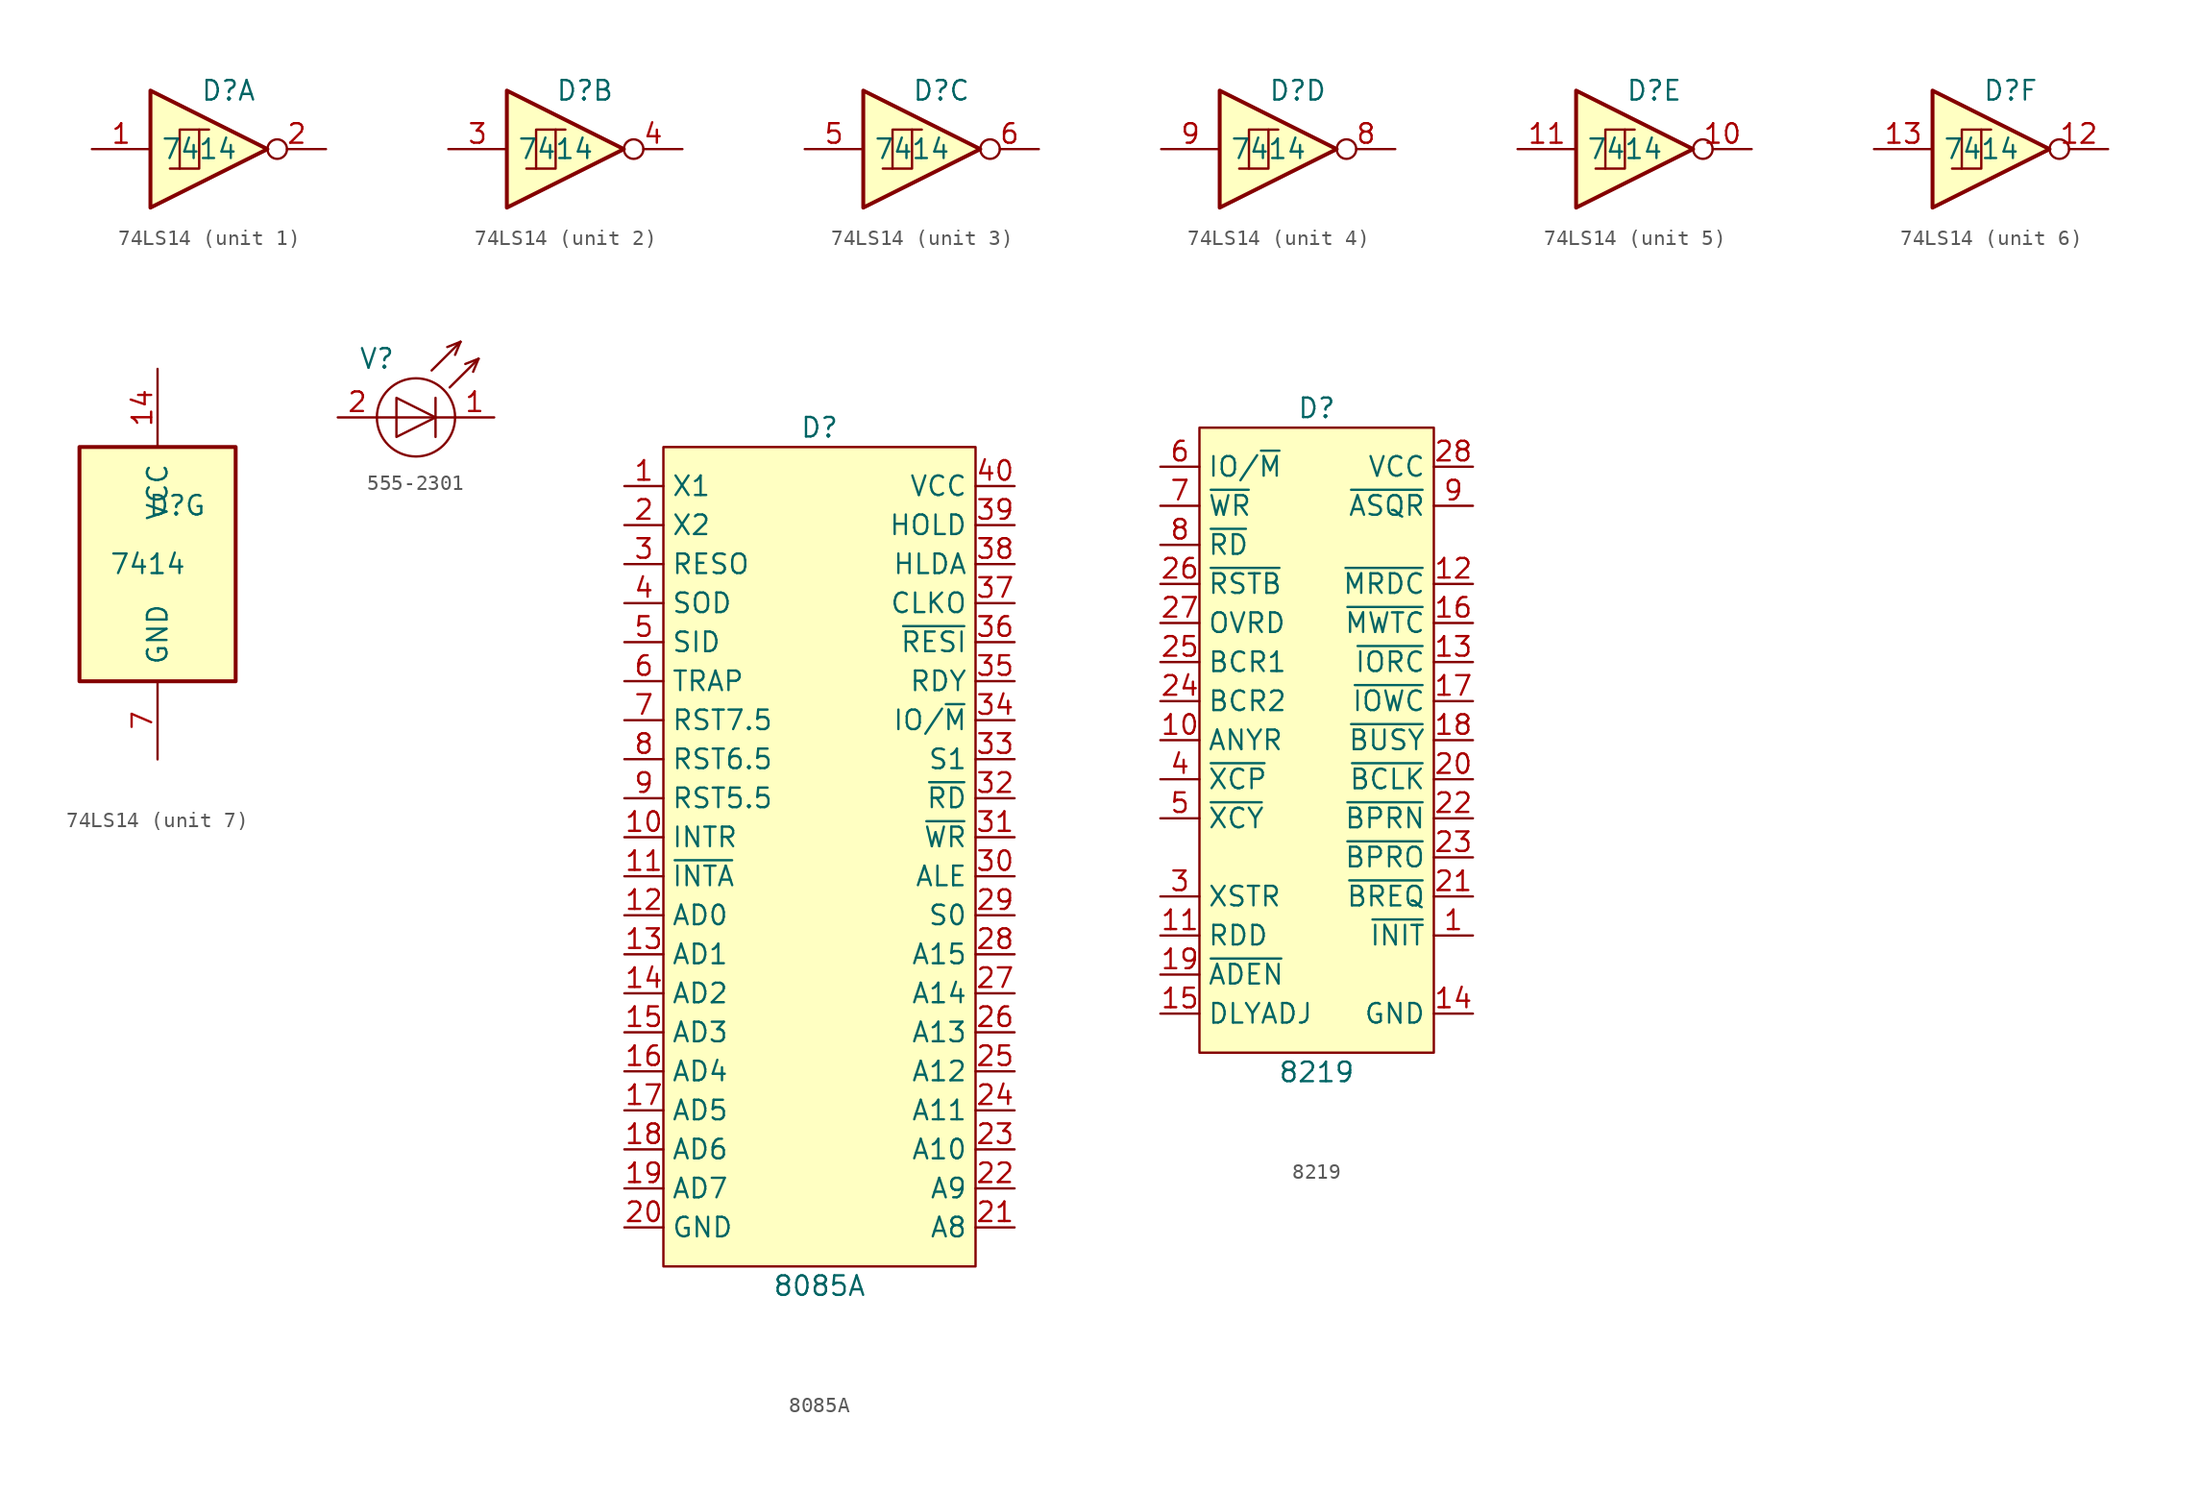
<source format=kicad_sym>
(kicad_symbol_lib
  (version 20241209)
  (generator "kicad_symbol_editor")
  (generator_version "9.0")
  (symbol "74LS14"
    (pin_names
      (offset 1.016))
    (property "Reference" "D"
      (at 1.27 3.81 0)
      (do_not_autoplace)
      (effects (font (size 1.27 1.27))))
    (property "Value" "7414"
      (at -0.635 0 0)
      (do_not_autoplace)
      (effects (font (size 1.27 1.27))))
    (property "ki_locked" ""
      (at 0 0 0)
      (effects (font (size 1.27 1.27))))
    (symbol "74LS14_1_0"
      (polyline (pts (xy -3.81 3.81) (xy -3.81 -3.81) (xy 3.81 0) (xy -3.81 3.81)) (stroke (width 0.254) (type default)) (fill (type background)))
      (pin input line (at -7.62 0 0) (length 3.81) (name "~" (effects (font (size 1.27 1.27)))) (number "1" (effects (font (size 1.27 1.27)))))
      (pin output inverted (at 7.62 0 180) (length 3.81) (name "~" (effects (font (size 1.27 1.27)))) (number "2" (effects (font (size 1.27 1.27))))))
    (symbol "74LS14_1_1"
      (polyline (pts (xy -2.54 -1.27) (xy -0.635 -1.27) (xy -0.635 1.27) (xy 0 1.27)) (stroke (width 0) (type default)) (fill (type none)))
      (polyline (pts (xy -1.905 -1.27) (xy -1.905 1.27) (xy -0.635 1.27)) (stroke (width 0) (type default)) (fill (type none))))
    (symbol "74LS14_2_0"
      (polyline (pts (xy -3.81 3.81) (xy -3.81 -3.81) (xy 3.81 0) (xy -3.81 3.81)) (stroke (width 0.254) (type default)) (fill (type background)))
      (pin input line (at -7.62 0 0) (length 3.81) (name "~" (effects (font (size 1.27 1.27)))) (number "3" (effects (font (size 1.27 1.27)))))
      (pin output inverted (at 7.62 0 180) (length 3.81) (name "~" (effects (font (size 1.27 1.27)))) (number "4" (effects (font (size 1.27 1.27))))))
    (symbol "74LS14_2_1"
      (polyline (pts (xy -2.54 -1.27) (xy -0.635 -1.27) (xy -0.635 1.27) (xy 0 1.27)) (stroke (width 0) (type default)) (fill (type none)))
      (polyline (pts (xy -1.905 -1.27) (xy -1.905 1.27) (xy -0.635 1.27)) (stroke (width 0) (type default)) (fill (type none))))
    (symbol "74LS14_3_0"
      (polyline (pts (xy -3.81 3.81) (xy -3.81 -3.81) (xy 3.81 0) (xy -3.81 3.81)) (stroke (width 0.254) (type default)) (fill (type background)))
      (pin input line (at -7.62 0 0) (length 3.81) (name "~" (effects (font (size 1.27 1.27)))) (number "5" (effects (font (size 1.27 1.27)))))
      (pin output inverted (at 7.62 0 180) (length 3.81) (name "~" (effects (font (size 1.27 1.27)))) (number "6" (effects (font (size 1.27 1.27))))))
    (symbol "74LS14_3_1"
      (polyline (pts (xy -2.54 -1.27) (xy -0.635 -1.27) (xy -0.635 1.27) (xy 0 1.27)) (stroke (width 0) (type default)) (fill (type none)))
      (polyline (pts (xy -1.905 -1.27) (xy -1.905 1.27) (xy -0.635 1.27)) (stroke (width 0) (type default)) (fill (type none))))
    (symbol "74LS14_4_0"
      (polyline (pts (xy -3.81 3.81) (xy -3.81 -3.81) (xy 3.81 0) (xy -3.81 3.81)) (stroke (width 0.254) (type default)) (fill (type background)))
      (pin input line (at -7.62 0 0) (length 3.81) (name "~" (effects (font (size 1.27 1.27)))) (number "9" (effects (font (size 1.27 1.27)))))
      (pin output inverted (at 7.62 0 180) (length 3.81) (name "~" (effects (font (size 1.27 1.27)))) (number "8" (effects (font (size 1.27 1.27))))))
    (symbol "74LS14_4_1"
      (polyline (pts (xy -2.54 -1.27) (xy -0.635 -1.27) (xy -0.635 1.27) (xy 0 1.27)) (stroke (width 0) (type default)) (fill (type none)))
      (polyline (pts (xy -1.905 -1.27) (xy -1.905 1.27) (xy -0.635 1.27)) (stroke (width 0) (type default)) (fill (type none))))
    (symbol "74LS14_5_0"
      (polyline (pts (xy -3.81 3.81) (xy -3.81 -3.81) (xy 3.81 0) (xy -3.81 3.81)) (stroke (width 0.254) (type default)) (fill (type background)))
      (pin input line (at -7.62 0 0) (length 3.81) (name "~" (effects (font (size 1.27 1.27)))) (number "11" (effects (font (size 1.27 1.27)))))
      (pin output inverted (at 7.62 0 180) (length 3.81) (name "~" (effects (font (size 1.27 1.27)))) (number "10" (effects (font (size 1.27 1.27))))))
    (symbol "74LS14_5_1"
      (polyline (pts (xy -2.54 -1.27) (xy -0.635 -1.27) (xy -0.635 1.27) (xy 0 1.27)) (stroke (width 0) (type default)) (fill (type none)))
      (polyline (pts (xy -1.905 -1.27) (xy -1.905 1.27) (xy -0.635 1.27)) (stroke (width 0) (type default)) (fill (type none))))
    (symbol "74LS14_6_0"
      (polyline (pts (xy -3.81 3.81) (xy -3.81 -3.81) (xy 3.81 0) (xy -3.81 3.81)) (stroke (width 0.254) (type default)) (fill (type background)))
      (pin input line (at -7.62 0 0) (length 3.81) (name "~" (effects (font (size 1.27 1.27)))) (number "13" (effects (font (size 1.27 1.27)))))
      (pin output inverted (at 7.62 0 180) (length 3.81) (name "~" (effects (font (size 1.27 1.27)))) (number "12" (effects (font (size 1.27 1.27))))))
    (symbol "74LS14_6_1"
      (polyline (pts (xy -2.54 -1.27) (xy -0.635 -1.27) (xy -0.635 1.27) (xy 0 1.27)) (stroke (width 0) (type default)) (fill (type none)))
      (polyline (pts (xy -1.905 -1.27) (xy -1.905 1.27) (xy -0.635 1.27)) (stroke (width 0) (type default)) (fill (type none))))
    (symbol "74LS14_7_0"
      (pin power_in line (at 0 12.7 270) (length 5.08) (name "VCC" (effects (font (size 1.27 1.27)))) (number "14" (effects (font (size 1.27 1.27)))))
      (pin power_in line (at 0 -12.7 90) (length 5.08) (name "GND" (effects (font (size 1.27 1.27)))) (number "7" (effects (font (size 1.27 1.27))))))
    (symbol "74LS14_7_1"
      (rectangle (start -5.08 7.62) (end 5.08 -7.62) (stroke (width 0.254) (type default)) (fill (type background)))))
  (symbol "555-2301"
    (property "Reference" "V"
      (at -2.54 -1.27 0)
      (do_not_autoplace)
      (effects (font (size 1.27 1.27))))
    (property "Value" ""
      (at 0 0 0)
      (effects (font (size 1.27 1.27))))
    (symbol "555-2301_0_1"
      (polyline (pts (xy -2.54 -5.08) (xy 2.54 -5.08)) (stroke (width 0) (type default)) (fill (type none)))
      (polyline (pts (xy -1.27 -3.81) (xy -1.27 -6.35) (xy 1.27 -5.08) (xy -1.27 -3.81)) (stroke (width 0) (type default)) (fill (type none)))
      (circle (center 0 -5.08) (radius 2.54) (stroke (width 0) (type default)) (fill (type none)))
      (polyline (pts (xy 1.27 -3.81) (xy 1.27 -6.35)) (stroke (width 0) (type default)) (fill (type none)))
      (polyline (pts (xy 2.892 -0.169) (xy 1.016 -2.032)) (stroke (width 0) (type default)) (fill (type none)))
      (polyline (pts (xy 2.892 -0.169) (xy 2.032 -0.508)) (stroke (width 0) (type default)) (fill (type none)))
      (polyline (pts (xy 2.892 -0.169) (xy 2.54 -1.016)) (stroke (width 0) (type default)) (fill (type none)))
      (polyline (pts (xy 4.064 -1.27) (xy 2.188 -3.134)) (stroke (width 0) (type default)) (fill (type none)))
      (polyline (pts (xy 4.064 -1.27) (xy 3.204 -1.609)) (stroke (width 0) (type default)) (fill (type none)))
      (polyline (pts (xy 4.064 -1.27) (xy 3.712 -2.118)) (stroke (width 0) (type default)) (fill (type none))))
    (symbol "555-2301_1_0"
      (pin passive line (at -5.08 -5.08 0) (length 2.54) (name "" (effects (font (size 1.27 1.27)))) (number "2" (effects (font (size 1.27 1.27)))))
      (pin passive line (at 5.08 -5.08 180) (length 2.54) (name "" (effects (font (size 1.27 1.27)))) (number "1" (effects (font (size 1.27 1.27)))))))
  (symbol "8085A"
    (property "Reference" "D"
      (at 0 1.27 0)
      (do_not_autoplace)
      (effects (font (size 1.27 1.27))))
    (property "Value" "8085A"
      (at 0 -54.61 0)
      (do_not_autoplace)
      (effects (font (size 1.27 1.27))))
    (symbol "8085A_0_0"
      (pin passive line (at -12.7 -2.54 0) (length 2.54) (name "X1" (effects (font (size 1.27 1.27)))) (number "1" (effects (font (size 1.27 1.27)))))
      (pin passive line (at -12.7 -5.08 0) (length 2.54) (name "X2" (effects (font (size 1.27 1.27)))) (number "2" (effects (font (size 1.27 1.27)))))
      (pin output line (at -12.7 -7.62 0) (length 2.54) (name "RESO" (effects (font (size 1.27 1.27)))) (number "3" (effects (font (size 1.27 1.27)))))
      (pin output line (at -12.7 -10.16 0) (length 2.54) (name "SOD" (effects (font (size 1.27 1.27)))) (number "4" (effects (font (size 1.27 1.27)))))
      (pin input line (at -12.7 -12.7 0) (length 2.54) (name "SID" (effects (font (size 1.27 1.27)))) (number "5" (effects (font (size 1.27 1.27)))))
      (pin input line (at -12.7 -15.24 0) (length 2.54) (name "TRAP" (effects (font (size 1.27 1.27)))) (number "6" (effects (font (size 1.27 1.27)))))
      (pin input line (at -12.7 -17.78 0) (length 2.54) (name "RST7.5" (effects (font (size 1.27 1.27)))) (number "7" (effects (font (size 1.27 1.27)))))
      (pin input line (at -12.7 -20.32 0) (length 2.54) (name "RST6.5" (effects (font (size 1.27 1.27)))) (number "8" (effects (font (size 1.27 1.27)))))
      (pin input line (at -12.7 -22.86 0) (length 2.54) (name "RST5.5" (effects (font (size 1.27 1.27)))) (number "9" (effects (font (size 1.27 1.27)))))
      (pin input line (at -12.7 -25.4 0) (length 2.54) (name "INTR" (effects (font (size 1.27 1.27)))) (number "10" (effects (font (size 1.27 1.27)))))
      (pin input line (at -12.7 -27.94 0) (length 2.54) (name "~{INTA}" (effects (font (size 1.27 1.27)))) (number "11" (effects (font (size 1.27 1.27)))))
      (pin bidirectional line (at -12.7 -30.48 0) (length 2.54) (name "AD0" (effects (font (size 1.27 1.27)))) (number "12" (effects (font (size 1.27 1.27)))))
      (pin bidirectional line (at -12.7 -33.02 0) (length 2.54) (name "AD1" (effects (font (size 1.27 1.27)))) (number "13" (effects (font (size 1.27 1.27)))))
      (pin bidirectional line (at -12.7 -35.56 0) (length 2.54) (name "AD2" (effects (font (size 1.27 1.27)))) (number "14" (effects (font (size 1.27 1.27)))))
      (pin bidirectional line (at -12.7 -38.1 0) (length 2.54) (name "AD3" (effects (font (size 1.27 1.27)))) (number "15" (effects (font (size 1.27 1.27)))))
      (pin bidirectional line (at -12.7 -40.64 0) (length 2.54) (name "AD4" (effects (font (size 1.27 1.27)))) (number "16" (effects (font (size 1.27 1.27)))))
      (pin bidirectional line (at -12.7 -43.18 0) (length 2.54) (name "AD5" (effects (font (size 1.27 1.27)))) (number "17" (effects (font (size 1.27 1.27)))))
      (pin bidirectional line (at -12.7 -45.72 0) (length 2.54) (name "AD6" (effects (font (size 1.27 1.27)))) (number "18" (effects (font (size 1.27 1.27)))))
      (pin bidirectional line (at -12.7 -48.26 0) (length 2.54) (name "AD7" (effects (font (size 1.27 1.27)))) (number "19" (effects (font (size 1.27 1.27)))))
      (pin power_in line (at -12.7 -50.8 0) (length 2.54) (name "GND" (effects (font (size 1.27 1.27)))) (number "20" (effects (font (size 1.27 1.27)))))
      (pin power_in line (at 12.7 -2.54 180) (length 2.54) (name "VCC" (effects (font (size 1.27 1.27)))) (number "40" (effects (font (size 1.27 1.27)))))
      (pin input line (at 12.7 -5.08 180) (length 2.54) (name "HOLD" (effects (font (size 1.27 1.27)))) (number "39" (effects (font (size 1.27 1.27)))))
      (pin output line (at 12.7 -7.62 180) (length 2.54) (name "HLDA" (effects (font (size 1.27 1.27)))) (number "38" (effects (font (size 1.27 1.27)))))
      (pin output line (at 12.7 -10.16 180) (length 2.54) (name "CLKO" (effects (font (size 1.27 1.27)))) (number "37" (effects (font (size 1.27 1.27)))))
      (pin input line (at 12.7 -12.7 180) (length 2.54) (name "~{RESI}" (effects (font (size 1.27 1.27)))) (number "36" (effects (font (size 1.27 1.27)))))
      (pin input line (at 12.7 -15.24 180) (length 2.54) (name "RDY" (effects (font (size 1.27 1.27)))) (number "35" (effects (font (size 1.27 1.27)))))
      (pin output line (at 12.7 -17.78 180) (length 2.54) (name "IO/~{M}" (effects (font (size 1.27 1.27)))) (number "34" (effects (font (size 1.27 1.27)))))
      (pin output line (at 12.7 -20.32 180) (length 2.54) (name "S1" (effects (font (size 1.27 1.27)))) (number "33" (effects (font (size 1.27 1.27)))))
      (pin output line (at 12.7 -22.86 180) (length 2.54) (name "~{RD}" (effects (font (size 1.27 1.27)))) (number "32" (effects (font (size 1.27 1.27)))))
      (pin output line (at 12.7 -25.4 180) (length 2.54) (name "~{WR}" (effects (font (size 1.27 1.27)))) (number "31" (effects (font (size 1.27 1.27)))))
      (pin output line (at 12.7 -27.94 180) (length 2.54) (name "ALE" (effects (font (size 1.27 1.27)))) (number "30" (effects (font (size 1.27 1.27)))))
      (pin output line (at 12.7 -30.48 180) (length 2.54) (name "S0" (effects (font (size 1.27 1.27)))) (number "29" (effects (font (size 1.27 1.27)))))
      (pin output line (at 12.7 -33.02 180) (length 2.54) (name "A15" (effects (font (size 1.27 1.27)))) (number "28" (effects (font (size 1.27 1.27)))))
      (pin output line (at 12.7 -35.56 180) (length 2.54) (name "A14" (effects (font (size 1.27 1.27)))) (number "27" (effects (font (size 1.27 1.27)))))
      (pin output line (at 12.7 -38.1 180) (length 2.54) (name "A13" (effects (font (size 1.27 1.27)))) (number "26" (effects (font (size 1.27 1.27)))))
      (pin output line (at 12.7 -40.64 180) (length 2.54) (name "A12" (effects (font (size 1.27 1.27)))) (number "25" (effects (font (size 1.27 1.27)))))
      (pin output line (at 12.7 -43.18 180) (length 2.54) (name "A11" (effects (font (size 1.27 1.27)))) (number "24" (effects (font (size 1.27 1.27)))))
      (pin output line (at 12.7 -45.72 180) (length 2.54) (name "A10" (effects (font (size 1.27 1.27)))) (number "23" (effects (font (size 1.27 1.27)))))
      (pin output line (at 12.7 -48.26 180) (length 2.54) (name "A9" (effects (font (size 1.27 1.27)))) (number "22" (effects (font (size 1.27 1.27)))))
      (pin output line (at 12.7 -50.8 180) (length 2.54) (name "A8" (effects (font (size 1.27 1.27)))) (number "21" (effects (font (size 1.27 1.27))))))
    (symbol "8085A_0_1"
      (rectangle (start -10.16 0) (end 10.16 -53.34) (stroke (width 0) (type default)) (fill (type background)))))
  (symbol "8219"
    (property "Reference" "D"
      (at 0 1.27 0)
      (do_not_autoplace)
      (effects (font (size 1.27 1.27))))
    (property "Value" "8219"
      (at 0 -41.91 0)
      (do_not_autoplace)
      (effects (font (size 1.27 1.27))))
    (symbol "8219_0_0"
      (pin power_in line (at 10.16 -2.54 180) (length 2.54) (name "VCC" (effects (font (size 1.27 1.27)))) (number "28" (effects (font (size 1.27 1.27)))))
      (pin power_in line (at 10.16 -38.1 180) (length 2.54) (name "GND" (effects (font (size 1.27 1.27)))) (number "14" (effects (font (size 1.27 1.27))))))
    (symbol "8219_0_1"
      (rectangle (start -7.62 0) (end 7.62 -40.64) (stroke (width 0) (type default)) (fill (type background))))
    (symbol "8219_1_0"
      (pin input line (at -10.16 -2.54 0) (length 2.54) (name "IO/~{M}" (effects (font (size 1.27 1.27)))) (number "6" (effects (font (size 1.27 1.27)))))
      (pin input line (at -10.16 -5.08 0) (length 2.54) (name "~{WR}" (effects (font (size 1.27 1.27)))) (number "7" (effects (font (size 1.27 1.27)))))
      (pin input line (at -10.16 -7.62 0) (length 2.54) (name "~{RD}" (effects (font (size 1.27 1.27)))) (number "8" (effects (font (size 1.27 1.27)))))
      (pin input line (at -10.16 -10.16 0) (length 2.54) (name "~{RSTB}" (effects (font (size 1.27 1.27)))) (number "26" (effects (font (size 1.27 1.27)))))
      (pin input line (at -10.16 -12.7 0) (length 2.54) (name "OVRD" (effects (font (size 1.27 1.27)))) (number "27" (effects (font (size 1.27 1.27)))))
      (pin input line (at -10.16 -15.24 0) (length 2.54) (name "BCR1" (effects (font (size 1.27 1.27)))) (number "25" (effects (font (size 1.27 1.27)))))
      (pin input line (at -10.16 -17.78 0) (length 2.54) (name "BCR2" (effects (font (size 1.27 1.27)))) (number "24" (effects (font (size 1.27 1.27)))))
      (pin output line (at -10.16 -20.32 0) (length 2.54) (name "ANYR" (effects (font (size 1.27 1.27)))) (number "10" (effects (font (size 1.27 1.27)))))
      (pin input line (at -10.16 -22.86 0) (length 2.54) (name "~{XCP}" (effects (font (size 1.27 1.27)))) (number "4" (effects (font (size 1.27 1.27)))))
      (pin output line (at -10.16 -25.4 0) (length 2.54) (name "~{XCY}" (effects (font (size 1.27 1.27)))) (number "5" (effects (font (size 1.27 1.27)))))
      (pin no_connect line (at -10.16 -27.94 0) (length 2.54) (hide yes) (name "NC" (effects (font (size 1.27 1.27)))) (number "2" (effects (font (size 1.27 1.27)))))
      (pin input line (at -10.16 -30.48 0) (length 2.54) (name "XSTR" (effects (font (size 1.27 1.27)))) (number "3" (effects (font (size 1.27 1.27)))))
      (pin output line (at -10.16 -33.02 0) (length 2.54) (name "RDD" (effects (font (size 1.27 1.27)))) (number "11" (effects (font (size 1.27 1.27)))))
      (pin output line (at -10.16 -35.56 0) (length 2.54) (name "~{ADEN}" (effects (font (size 1.27 1.27)))) (number "19" (effects (font (size 1.27 1.27)))))
      (pin passive line (at -10.16 -38.1 0) (length 2.54) (name "DLYADJ" (effects (font (size 1.27 1.27)))) (number "15" (effects (font (size 1.27 1.27)))))
      (pin input line (at 10.16 -5.08 180) (length 2.54) (name "~{ASQR}" (effects (font (size 1.27 1.27)))) (number "9" (effects (font (size 1.27 1.27)))))
      (pin output line (at 10.16 -10.16 180) (length 2.54) (name "~{MRDC}" (effects (font (size 1.27 1.27)))) (number "12" (effects (font (size 1.27 1.27)))))
      (pin output line (at 10.16 -12.7 180) (length 2.54) (name "~{MWTC}" (effects (font (size 1.27 1.27)))) (number "16" (effects (font (size 1.27 1.27)))))
      (pin output line (at 10.16 -15.24 180) (length 2.54) (name "~{IORC}" (effects (font (size 1.27 1.27)))) (number "13" (effects (font (size 1.27 1.27)))))
      (pin output line (at 10.16 -17.78 180) (length 2.54) (name "~{IOWC}" (effects (font (size 1.27 1.27)))) (number "17" (effects (font (size 1.27 1.27)))))
      (pin bidirectional line (at 10.16 -20.32 180) (length 2.54) (name "~{BUSY}" (effects (font (size 1.27 1.27)))) (number "18" (effects (font (size 1.27 1.27)))))
      (pin input line (at 10.16 -22.86 180) (length 2.54) (name "~{BCLK}" (effects (font (size 1.27 1.27)))) (number "20" (effects (font (size 1.27 1.27)))))
      (pin input line (at 10.16 -25.4 180) (length 2.54) (name "~{BPRN}" (effects (font (size 1.27 1.27)))) (number "22" (effects (font (size 1.27 1.27)))))
      (pin output line (at 10.16 -27.94 180) (length 2.54) (name "~{BPRO}" (effects (font (size 1.27 1.27)))) (number "23" (effects (font (size 1.27 1.27)))))
      (pin output line (at 10.16 -30.48 180) (length 2.54) (name "~{BREQ}" (effects (font (size 1.27 1.27)))) (number "21" (effects (font (size 1.27 1.27)))))
      (pin input line (at 10.16 -33.02 180) (length 2.54) (name "~{INIT}" (effects (font (size 1.27 1.27)))) (number "1" (effects (font (size 1.27 1.27))))))))
</source>
